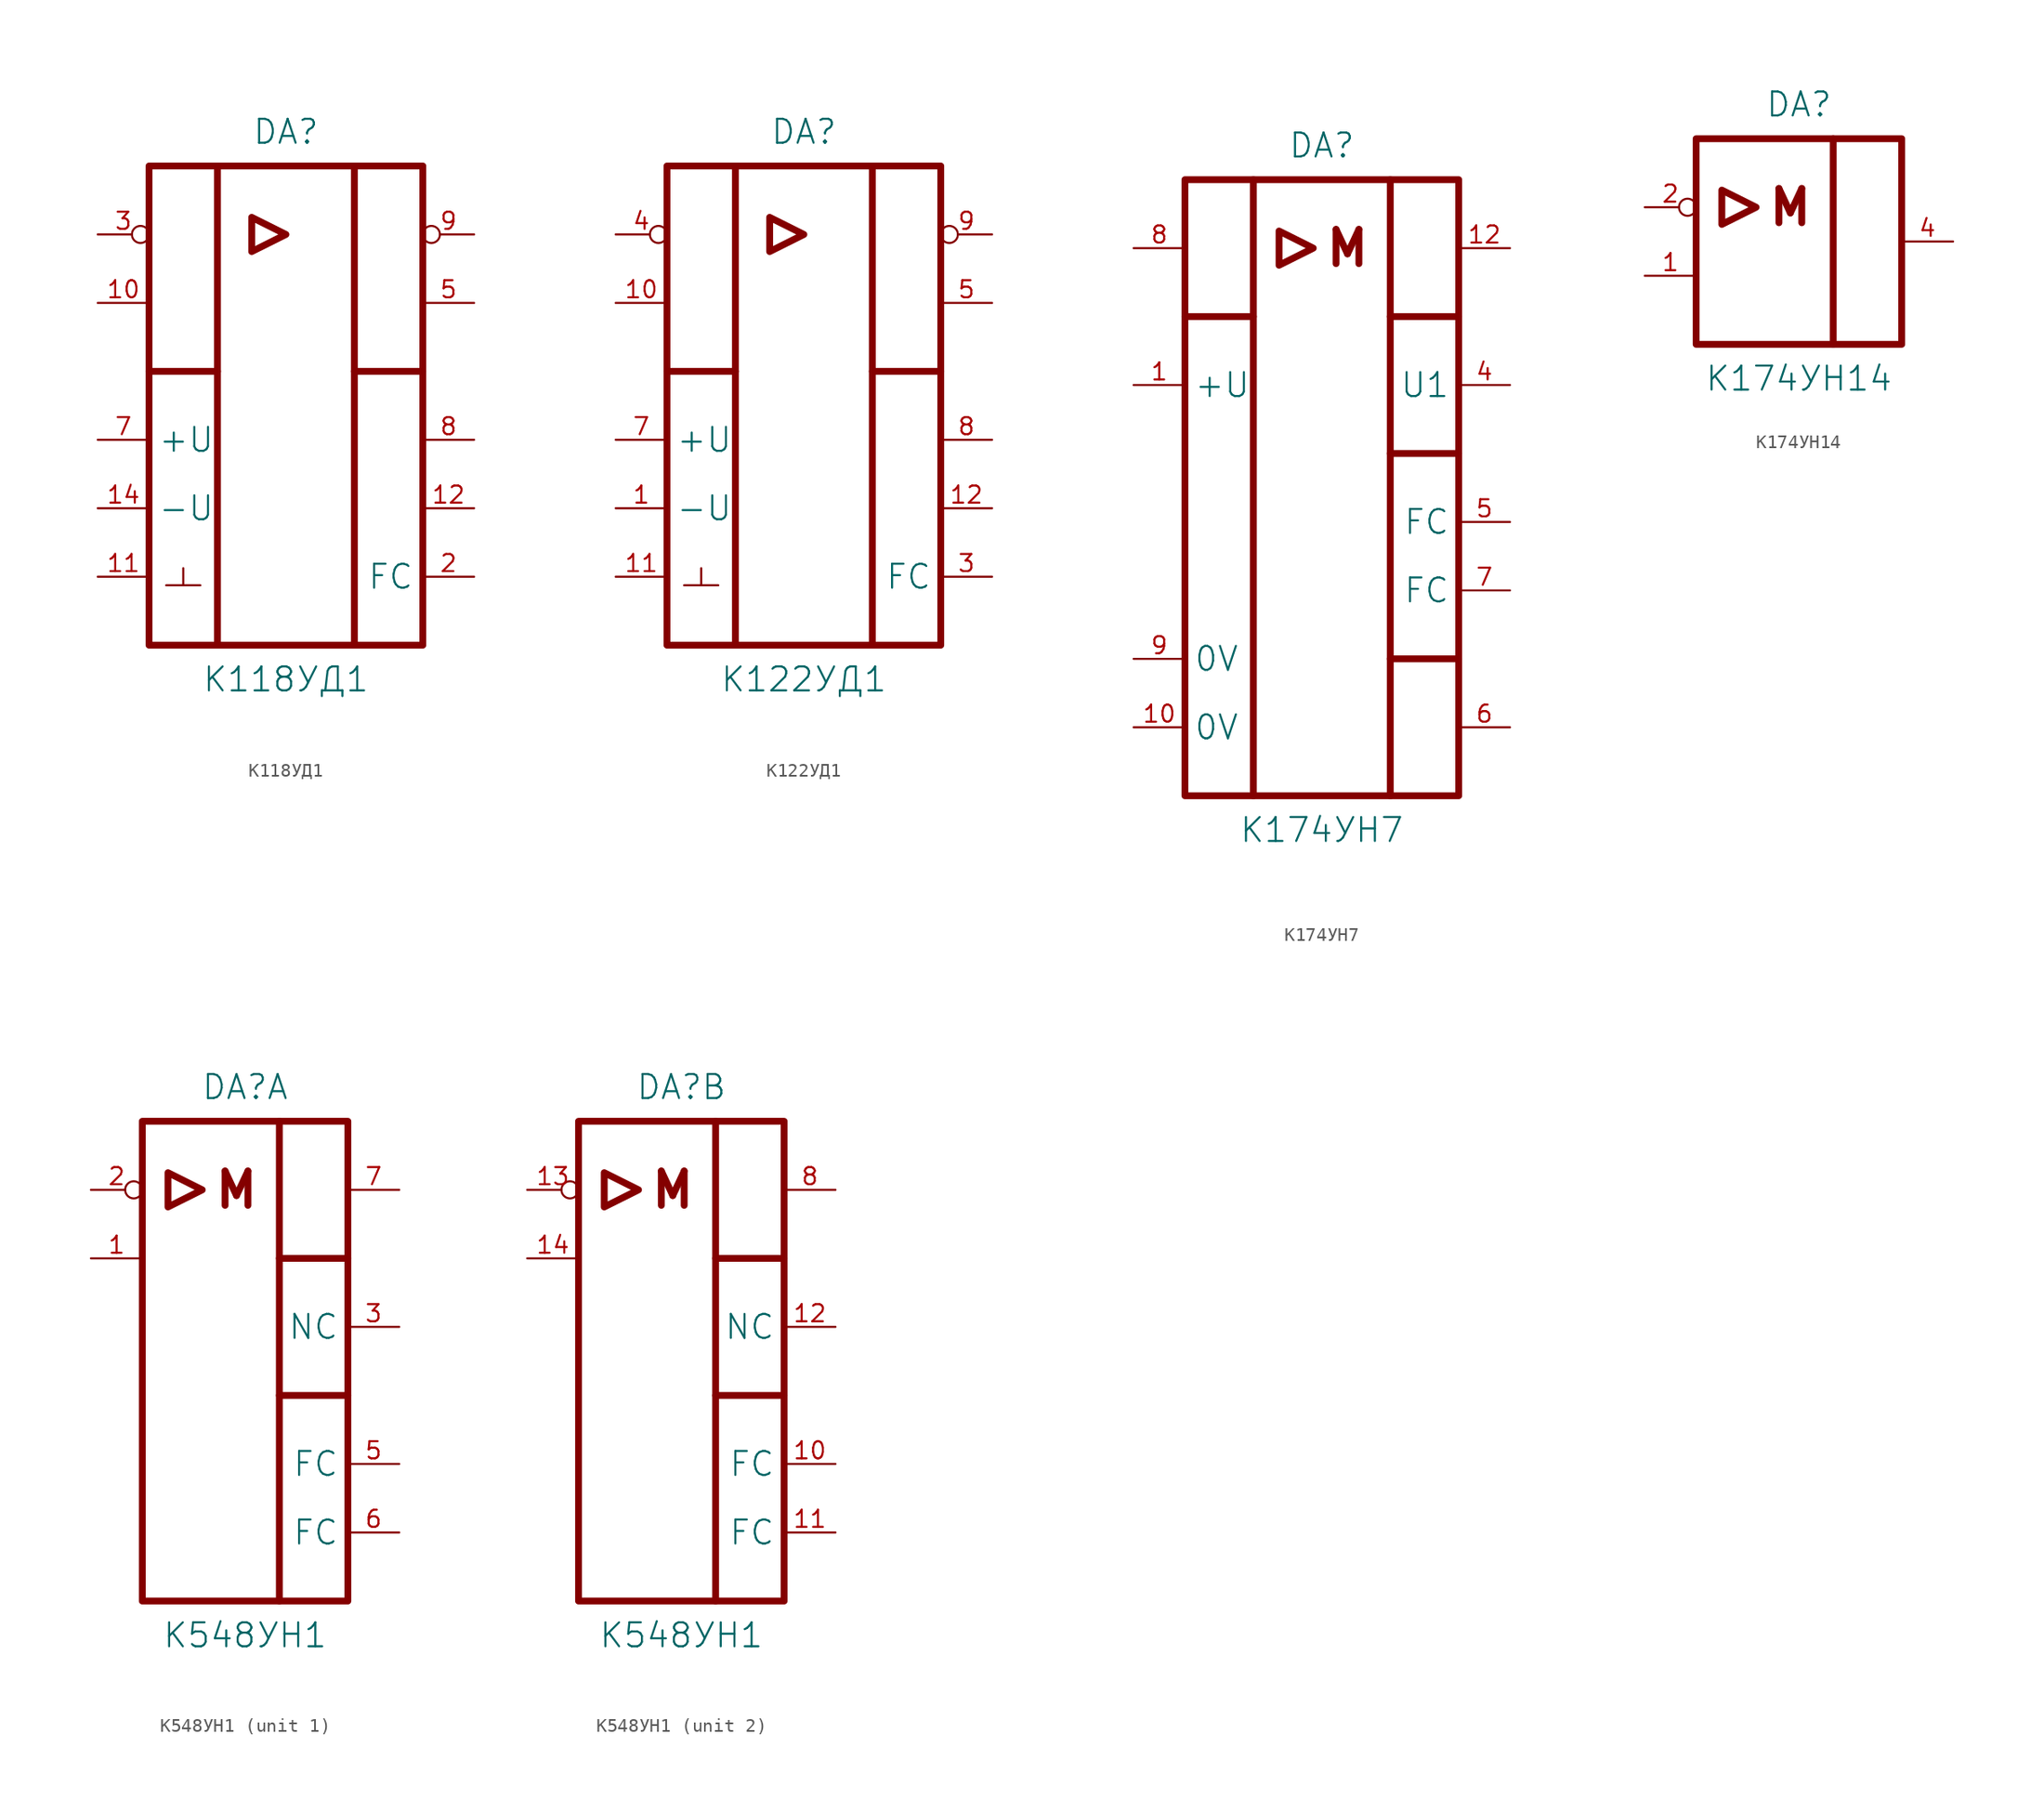
<source format=kicad_sym>
(kicad_symbol_lib
  (version 20211014)
  (generator kicad_symbol_editor)
  (symbol "К118УД1"
    (pin_names
      (offset 0.635))
    (property "Reference" "DA"
      (at 0 20.32 0)
      (effects (font (size 1.778 1.778))))
    (property "Value" "К118УД1"
      (at 0 -20.32 0)
      (effects (font (size 1.778 1.778))))
    (symbol "К118УД1_0_0"
      (polyline (pts (xy 5.08 17.78) (xy 5.08 -17.78)) (stroke (width 0.508) (type default) (color 0 0 0 0)) (fill (type none))))
    (symbol "К118УД1_0_1"
      (rectangle (start -10.16 17.78) (end 10.16 -17.78) (stroke (width 0.508) (type default) (color 0 0 0 0)) (fill (type none)))
      (polyline (pts (xy -8.89 -13.335) (xy -6.35 -13.335)) (stroke (width 0) (type default) (color 0 0 0 0)) (fill (type none)))
      (polyline (pts (xy -7.62 -12.065) (xy -7.62 -13.335)) (stroke (width 0) (type default) (color 0 0 0 0)) (fill (type none)))
      (polyline (pts (xy -5.08 2.54) (xy -10.16 2.54)) (stroke (width 0.508) (type default) (color 0 0 0 0)) (fill (type none)))
      (polyline (pts (xy -5.08 17.78) (xy -5.08 -17.78)) (stroke (width 0.508) (type default) (color 0 0 0 0)) (fill (type none)))
      (polyline (pts (xy 10.16 2.54) (xy 5.08 2.54)) (stroke (width 0.508) (type default) (color 0 0 0 0)) (fill (type none)))
      (polyline (pts (xy -2.54 13.97) (xy -2.54 11.43) (xy 0 12.7) (xy -2.54 13.97)) (stroke (width 0.508) (type default) (color 0 0 0 0)) (fill (type none))))
    (symbol "К118УД1_1_1"
      (pin input line (at -13.97 7.62 0) (length 3.81) (name "~" (effects (font (size 1.778 1.778)))) (number "10" (effects (font (size 1.27 1.27)))))
      (pin power_in line (at -13.97 -12.7 0) (length 3.81) (name "~" (effects (font (size 1.778 1.778)))) (number "11" (effects (font (size 1.27 1.27)))))
      (pin passive line (at 13.97 -7.62 180) (length 3.81) (name "~" (effects (font (size 1.778 1.778)))) (number "12" (effects (font (size 1.27 1.27)))))
      (pin power_in line (at -13.97 -7.62 0) (length 3.81) (name "-U" (effects (font (size 1.778 1.778)))) (number "14" (effects (font (size 1.27 1.27)))))
      (pin passive line (at 13.97 -12.7 180) (length 3.81) (name "FC" (effects (font (size 1.778 1.778)))) (number "2" (effects (font (size 1.27 1.27)))))
      (pin input inverted (at -13.97 12.7 0) (length 3.81) (name "~" (effects (font (size 1.778 1.778)))) (number "3" (effects (font (size 1.27 1.27)))))
      (pin output line (at 13.97 7.62 180) (length 3.81) (name "~" (effects (font (size 1.778 1.778)))) (number "5" (effects (font (size 1.27 1.27)))))
      (pin power_in line (at -13.97 -2.54 0) (length 3.81) (name "+U" (effects (font (size 1.778 1.778)))) (number "7" (effects (font (size 1.27 1.27)))))
      (pin passive line (at 13.97 -2.54 180) (length 3.81) (name "~" (effects (font (size 1.778 1.778)))) (number "8" (effects (font (size 1.27 1.27)))))
      (pin output inverted (at 13.97 12.7 180) (length 3.81) (name "~" (effects (font (size 1.778 1.778)))) (number "9" (effects (font (size 1.27 1.27)))))))
  (symbol "К122УД1"
    (pin_names
      (offset 0.635))
    (property "Reference" "DA"
      (at 0 20.32 0)
      (effects (font (size 1.778 1.778))))
    (property "Value" "К122УД1"
      (at 0 -20.32 0)
      (effects (font (size 1.778 1.778))))
    (symbol "К122УД1_0_0"
      (polyline (pts (xy 5.08 17.78) (xy 5.08 -17.78)) (stroke (width 0.508) (type default) (color 0 0 0 0)) (fill (type none))))
    (symbol "К122УД1_0_1"
      (rectangle (start -10.16 17.78) (end 10.16 -17.78) (stroke (width 0.508) (type default) (color 0 0 0 0)) (fill (type none)))
      (polyline (pts (xy -8.89 -13.335) (xy -6.35 -13.335)) (stroke (width 0) (type default) (color 0 0 0 0)) (fill (type none)))
      (polyline (pts (xy -7.62 -12.065) (xy -7.62 -13.335)) (stroke (width 0) (type default) (color 0 0 0 0)) (fill (type none)))
      (polyline (pts (xy -5.08 2.54) (xy -10.16 2.54)) (stroke (width 0.508) (type default) (color 0 0 0 0)) (fill (type none)))
      (polyline (pts (xy -5.08 17.78) (xy -5.08 -17.78)) (stroke (width 0.508) (type default) (color 0 0 0 0)) (fill (type none)))
      (polyline (pts (xy 10.16 2.54) (xy 5.08 2.54)) (stroke (width 0.508) (type default) (color 0 0 0 0)) (fill (type none)))
      (polyline (pts (xy -2.54 13.97) (xy -2.54 11.43) (xy 0 12.7) (xy -2.54 13.97)) (stroke (width 0.508) (type default) (color 0 0 0 0)) (fill (type none))))
    (symbol "К122УД1_1_1"
      (pin power_in line (at -13.97 -7.62 0) (length 3.81) (name "-U" (effects (font (size 1.778 1.778)))) (number "1" (effects (font (size 1.27 1.27)))))
      (pin input line (at -13.97 7.62 0) (length 3.81) (name "~" (effects (font (size 1.778 1.778)))) (number "10" (effects (font (size 1.27 1.27)))))
      (pin power_in line (at -13.97 -12.7 0) (length 3.81) (name "~" (effects (font (size 1.778 1.778)))) (number "11" (effects (font (size 1.27 1.27)))))
      (pin passive line (at 13.97 -7.62 180) (length 3.81) (name "~" (effects (font (size 1.778 1.778)))) (number "12" (effects (font (size 1.27 1.27)))))
      (pin passive line (at 13.97 -12.7 180) (length 3.81) (name "FC" (effects (font (size 1.778 1.778)))) (number "3" (effects (font (size 1.27 1.27)))))
      (pin input inverted (at -13.97 12.7 0) (length 3.81) (name "~" (effects (font (size 1.778 1.778)))) (number "4" (effects (font (size 1.27 1.27)))))
      (pin output line (at 13.97 7.62 180) (length 3.81) (name "~" (effects (font (size 1.778 1.778)))) (number "5" (effects (font (size 1.27 1.27)))))
      (pin power_in line (at -13.97 -2.54 0) (length 3.81) (name "+U" (effects (font (size 1.778 1.778)))) (number "7" (effects (font (size 1.27 1.27)))))
      (pin passive line (at 13.97 -2.54 180) (length 3.81) (name "~" (effects (font (size 1.778 1.778)))) (number "8" (effects (font (size 1.27 1.27)))))
      (pin output inverted (at 13.97 12.7 180) (length 3.81) (name "~" (effects (font (size 1.778 1.778)))) (number "9" (effects (font (size 1.27 1.27)))))))
  (symbol "К174УН7"
    (pin_names
      (offset 0.635))
    (property "Reference" "DA"
      (at 0 25.4 0)
      (effects (font (size 1.778 1.778))))
    (property "Value" "К174УН7"
      (at 0 -25.4 0)
      (effects (font (size 1.778 1.778))))
    (symbol "К174УН7_0_0"
      (polyline (pts (xy -10.16 12.7) (xy -5.08 12.7)) (stroke (width 0.508) (type default) (color 0 0 0 0)) (fill (type none)))
      (polyline (pts (xy 5.08 22.86) (xy 5.08 -22.86)) (stroke (width 0.508) (type default) (color 0 0 0 0)) (fill (type none)))
      (polyline (pts (xy 10.16 2.54) (xy 5.08 2.54)) (stroke (width 0.508) (type default) (color 0 0 0 0)) (fill (type none)))
      (polyline (pts (xy 10.16 12.7) (xy 5.08 12.7)) (stroke (width 0.508) (type default) (color 0 0 0 0)) (fill (type none)))
      (text "M" (at 1.905 17.78 0) (effects (font (size 2.54 2.54) bold))))
    (symbol "К174УН7_0_1"
      (rectangle (start -10.16 22.86) (end 10.16 -22.86) (stroke (width 0.508) (type default) (color 0 0 0 0)) (fill (type none)))
      (polyline (pts (xy -5.08 22.86) (xy -5.08 -22.86)) (stroke (width 0.508) (type default) (color 0 0 0 0)) (fill (type none)))
      (polyline (pts (xy 10.16 -12.7) (xy 5.08 -12.7)) (stroke (width 0.508) (type default) (color 0 0 0 0)) (fill (type none)))
      (polyline (pts (xy -3.175 19.05) (xy -3.175 16.51) (xy -0.635 17.78) (xy -3.175 19.05)) (stroke (width 0.508) (type default) (color 0 0 0 0)) (fill (type none))))
    (symbol "К174УН7_1_1"
      (pin power_in line (at -13.97 7.62 0) (length 3.81) (name "+U" (effects (font (size 1.778 1.778)))) (number "1" (effects (font (size 1.27 1.27)))))
      (pin power_in line (at -13.97 -17.78 0) (length 3.81) (name "0V" (effects (font (size 1.778 1.778)))) (number "10" (effects (font (size 1.27 1.27)))))
      (pin output line (at 13.97 17.78 180) (length 3.81) (name "~" (effects (font (size 1.778 1.778)))) (number "12" (effects (font (size 1.27 1.27)))))
      (pin power_in line (at 13.97 7.62 180) (length 3.81) (name "U1" (effects (font (size 1.778 1.778)))) (number "4" (effects (font (size 1.27 1.27)))))
      (pin passive line (at 13.97 -2.54 180) (length 3.81) (name "FC" (effects (font (size 1.778 1.778)))) (number "5" (effects (font (size 1.27 1.27)))))
      (pin passive line (at 13.97 -17.78 180) (length 3.81) (name "~" (effects (font (size 1.778 1.778)))) (number "6" (effects (font (size 1.27 1.27)))))
      (pin passive line (at 13.97 -7.62 180) (length 3.81) (name "FC" (effects (font (size 1.778 1.778)))) (number "7" (effects (font (size 1.27 1.27)))))
      (pin input line (at -13.97 17.78 0) (length 3.81) (name "~" (effects (font (size 1.778 1.778)))) (number "8" (effects (font (size 1.27 1.27)))))
      (pin power_in line (at -13.97 -12.7 0) (length 3.81) (name "0V" (effects (font (size 1.778 1.778)))) (number "9" (effects (font (size 1.27 1.27)))))))
  (symbol "К174УН14"
    (pin_names
      (offset 0.635))
    (property "Reference" "DA"
      (at 0 10.16 0)
      (effects (font (size 1.778 1.778))))
    (property "Value" "К174УН14"
      (at 0 -10.16 0)
      (effects (font (size 1.778 1.778))))
    (symbol "К174УН14_0_0"
      (polyline (pts (xy 2.54 7.62) (xy 2.54 -7.62)) (stroke (width 0.508) (type default) (color 0 0 0 0)) (fill (type none)))
      (text "M" (at -0.635 2.54 0) (effects (font (size 2.54 2.54) bold))))
    (symbol "К174УН14_0_1"
      (rectangle (start -7.62 7.62) (end 7.62 -7.62) (stroke (width 0.508) (type default) (color 0 0 0 0)) (fill (type none)))
      (polyline (pts (xy -5.715 3.81) (xy -5.715 1.27) (xy -3.175 2.54) (xy -5.715 3.81)) (stroke (width 0.508) (type default) (color 0 0 0 0)) (fill (type none))))
    (symbol "К174УН14_1_1"
      (pin input line (at -11.43 -2.54 0) (length 3.81) (name "~" (effects (font (size 1.778 1.778)))) (number "1" (effects (font (size 1.27 1.27)))))
      (pin input inverted (at -11.43 2.54 0) (length 3.81) (name "~" (effects (font (size 1.778 1.778)))) (number "2" (effects (font (size 1.27 1.27)))))
      (pin power_in line (at 11.43 -5.08 180) (length 3.81) hide (name "-U" (effects (font (size 1.27 1.27)))) (number "3" (effects (font (size 1.27 1.27)))))
      (pin output line (at 11.43 0 180) (length 3.81) (name "~" (effects (font (size 1.778 1.778)))) (number "4" (effects (font (size 1.27 1.27)))))
      (pin power_in line (at 11.43 5.08 180) (length 3.81) hide (name "+U" (effects (font (size 1.27 1.27)))) (number "5" (effects (font (size 1.27 1.27)))))))
  (symbol "К548УН1"
    (pin_names
      (offset 0.635))
    (property "Reference" "DA"
      (at 0 20.32 0)
      (effects (font (size 1.778 1.778))))
    (property "Value" "К548УН1"
      (at 0 -20.32 0)
      (effects (font (size 1.778 1.778))))
    (symbol "К548УН1_0_0"
      (polyline (pts (xy 2.54 17.78) (xy 2.54 -17.78)) (stroke (width 0.508) (type default) (color 0 0 0 0)) (fill (type none)))
      (polyline (pts (xy 7.62 -2.54) (xy 2.54 -2.54)) (stroke (width 0.508) (type default) (color 0 0 0 0)) (fill (type none)))
      (polyline (pts (xy 7.62 7.62) (xy 2.54 7.62)) (stroke (width 0.508) (type default) (color 0 0 0 0)) (fill (type none)))
      (text "M" (at -0.635 12.7 0) (effects (font (size 2.54 2.54) bold))))
    (symbol "К548УН1_0_1"
      (rectangle (start -7.62 17.78) (end 7.62 -17.78) (stroke (width 0.508) (type default) (color 0 0 0 0)) (fill (type none)))
      (polyline (pts (xy -5.715 13.97) (xy -5.715 11.43) (xy -3.175 12.7) (xy -5.715 13.97)) (stroke (width 0.508) (type default) (color 0 0 0 0)) (fill (type none)))
      (pin power_in line (at 11.43 -15.24 180) (length 3.81) hide (name "GND" (effects (font (size 1.27 1.27)))) (number "4" (effects (font (size 1.27 1.27)))))
      (pin power_in line (at 11.43 15.24 180) (length 3.81) hide (name "VCC" (effects (font (size 1.27 1.27)))) (number "9" (effects (font (size 1.27 1.27))))))
    (symbol "К548УН1_1_1"
      (pin input line (at -11.43 7.62 0) (length 3.81) (name "~" (effects (font (size 1.778 1.778)))) (number "1" (effects (font (size 1.27 1.27)))))
      (pin input inverted (at -11.43 12.7 0) (length 3.81) (name "~" (effects (font (size 1.778 1.778)))) (number "2" (effects (font (size 1.27 1.27)))))
      (pin passive line (at 11.43 2.54 180) (length 3.81) (name "NC" (effects (font (size 1.778 1.778)))) (number "3" (effects (font (size 1.27 1.27)))))
      (pin passive line (at 11.43 -7.62 180) (length 3.81) (name "FC" (effects (font (size 1.778 1.778)))) (number "5" (effects (font (size 1.27 1.27)))))
      (pin passive line (at 11.43 -12.7 180) (length 3.81) (name "FC" (effects (font (size 1.778 1.778)))) (number "6" (effects (font (size 1.27 1.27)))))
      (pin output line (at 11.43 12.7 180) (length 3.81) (name "~" (effects (font (size 1.778 1.778)))) (number "7" (effects (font (size 1.27 1.27))))))
    (symbol "К548УН1_2_1"
      (pin passive line (at 11.43 -7.62 180) (length 3.81) (name "FC" (effects (font (size 1.778 1.778)))) (number "10" (effects (font (size 1.27 1.27)))))
      (pin passive line (at 11.43 -12.7 180) (length 3.81) (name "FC" (effects (font (size 1.778 1.778)))) (number "11" (effects (font (size 1.27 1.27)))))
      (pin passive line (at 11.43 2.54 180) (length 3.81) (name "NC" (effects (font (size 1.778 1.778)))) (number "12" (effects (font (size 1.27 1.27)))))
      (pin input inverted (at -11.43 12.7 0) (length 3.81) (name "~" (effects (font (size 1.778 1.778)))) (number "13" (effects (font (size 1.27 1.27)))))
      (pin input line (at -11.43 7.62 0) (length 3.81) (name "~" (effects (font (size 1.778 1.778)))) (number "14" (effects (font (size 1.27 1.27)))))
      (pin output line (at 11.43 12.7 180) (length 3.81) (name "~" (effects (font (size 1.778 1.778)))) (number "8" (effects (font (size 1.27 1.27))))))))
</source>
